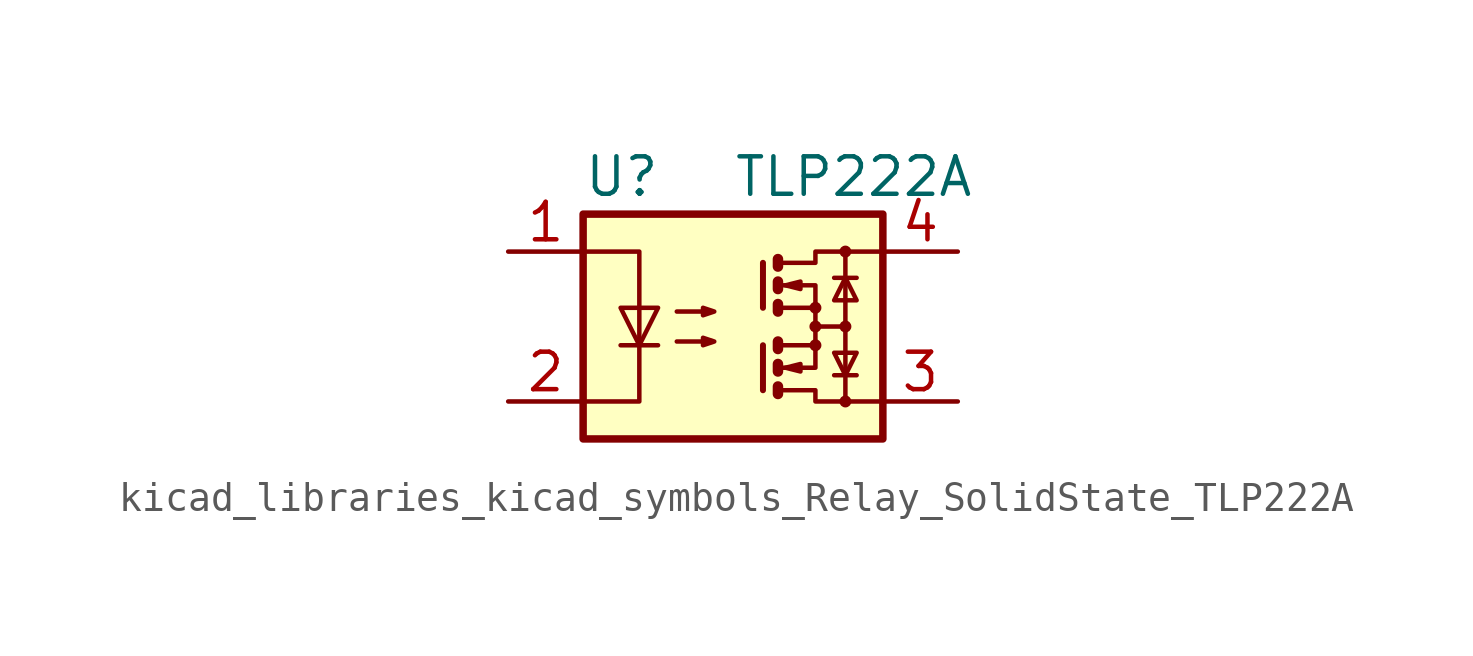
<source format=kicad_sym>
(kicad_symbol_lib
  (version 20220914)
  (generator kicad_symbol_editor)
  (symbol "kicad_libraries_kicad_symbols_Relay_SolidState_TLP222A"
    (property "Reference" "U"
      (at -5.08 5.08 0)
      (effects (font (size 1.27 1.27)) (justify left)))
    (property "Value" "TLP222A"
      (at 0 5.08 0)
      (effects (font (size 1.27 1.27)) (justify left)))
    (symbol "kicad_libraries_kicad_symbols_Relay_SolidState_TLP222A_0_1"
      (rectangle (start -5.08 3.81) (end 5.08 -3.81) (stroke (width 0.254) (type default)) (fill (type background)))
      (polyline (pts (xy -3.81 -0.635) (xy -2.54 -0.635)) (stroke (width 0) (type default)) (fill (type none)))
      (polyline (pts (xy 1.016 -0.635) (xy 1.016 -2.159)) (stroke (width 0.203) (type default)) (fill (type none)))
      (polyline (pts (xy 1.016 2.159) (xy 1.016 0.635)) (stroke (width 0.203) (type default)) (fill (type none)))
      (polyline (pts (xy 1.524 -0.508) (xy 1.524 -0.762)) (stroke (width 0.356) (type default)) (fill (type none)))
      (polyline (pts (xy 2.794 0) (xy 3.81 0)) (stroke (width 0) (type default)) (fill (type none)))
      (polyline (pts (xy 3.429 -1.651) (xy 4.191 -1.651)) (stroke (width 0) (type default)) (fill (type none)))
      (polyline (pts (xy 3.429 1.651) (xy 4.191 1.651)) (stroke (width 0) (type default)) (fill (type none)))
      (polyline (pts (xy 3.81 -2.54) (xy 3.81 2.54)) (stroke (width 0) (type default)) (fill (type none)))
      (polyline (pts (xy 1.524 -2.032) (xy 1.524 -2.286) (xy 1.524 -2.286)) (stroke (width 0.356) (type default)) (fill (type none)))
      (polyline (pts (xy 1.524 -1.27) (xy 1.524 -1.524) (xy 1.524 -1.524)) (stroke (width 0.356) (type default)) (fill (type none)))
      (polyline (pts (xy 1.524 0.762) (xy 1.524 0.508) (xy 1.524 0.508)) (stroke (width 0.356) (type default)) (fill (type none)))
      (polyline (pts (xy 1.524 1.524) (xy 1.524 1.27) (xy 1.524 1.27)) (stroke (width 0.356) (type default)) (fill (type none)))
      (polyline (pts (xy 1.524 2.286) (xy 1.524 2.032) (xy 1.524 2.032)) (stroke (width 0.356) (type default)) (fill (type none)))
      (polyline (pts (xy 1.651 -1.397) (xy 2.794 -1.397) (xy 2.794 -0.635)) (stroke (width 0) (type default)) (fill (type none)))
      (polyline (pts (xy 1.651 1.397) (xy 2.794 1.397) (xy 2.794 0.635)) (stroke (width 0) (type default)) (fill (type none)))
      (polyline (pts (xy -5.08 2.54) (xy -3.175 2.54) (xy -3.175 -2.54) (xy -5.08 -2.54)) (stroke (width 0) (type default)) (fill (type none)))
      (polyline (pts (xy -3.175 -0.635) (xy -3.81 0.635) (xy -2.54 0.635) (xy -3.175 -0.635)) (stroke (width 0) (type default)) (fill (type none)))
      (polyline (pts (xy 1.651 -2.159) (xy 2.794 -2.159) (xy 2.794 -2.54) (xy 5.08 -2.54)) (stroke (width 0) (type default)) (fill (type none)))
      (polyline (pts (xy 1.651 -0.635) (xy 2.794 -0.635) (xy 2.794 0.635) (xy 1.651 0.635)) (stroke (width 0) (type default)) (fill (type none)))
      (polyline (pts (xy 1.651 2.159) (xy 2.794 2.159) (xy 2.794 2.54) (xy 5.08 2.54)) (stroke (width 0) (type default)) (fill (type none)))
      (polyline (pts (xy 1.778 -1.397) (xy 2.286 -1.27) (xy 2.286 -1.524) (xy 1.778 -1.397)) (stroke (width 0) (type default)) (fill (type none)))
      (polyline (pts (xy 1.778 1.397) (xy 2.286 1.524) (xy 2.286 1.27) (xy 1.778 1.397)) (stroke (width 0) (type default)) (fill (type none)))
      (polyline (pts (xy 3.81 -1.651) (xy 3.429 -0.889) (xy 4.191 -0.889) (xy 3.81 -1.651)) (stroke (width 0) (type default)) (fill (type none)))
      (polyline (pts (xy 3.81 1.651) (xy 3.429 0.889) (xy 4.191 0.889) (xy 3.81 1.651)) (stroke (width 0) (type default)) (fill (type none)))
      (polyline (pts (xy -1.905 -0.508) (xy -0.635 -0.508) (xy -1.016 -0.635) (xy -1.016 -0.381) (xy -0.635 -0.508)) (stroke (width 0) (type default)) (fill (type none)))
      (polyline (pts (xy -1.905 0.508) (xy -0.635 0.508) (xy -1.016 0.381) (xy -1.016 0.635) (xy -0.635 0.508)) (stroke (width 0) (type default)) (fill (type none)))
      (circle (center 2.794 -0.635) (radius 0.127) (stroke (width 0) (type default)) (fill (type none)))
      (circle (center 2.794 0) (radius 0.127) (stroke (width 0) (type default)) (fill (type none)))
      (circle (center 2.794 0.635) (radius 0.127) (stroke (width 0) (type default)) (fill (type none)))
      (circle (center 3.81 -2.54) (radius 0.127) (stroke (width 0) (type default)) (fill (type none)))
      (circle (center 3.81 0) (radius 0.127) (stroke (width 0) (type default)) (fill (type none)))
      (circle (center 3.81 2.54) (radius 0.127) (stroke (width 0) (type default)) (fill (type none))))
    (symbol "kicad_libraries_kicad_symbols_Relay_SolidState_TLP222A_1_1"
      (pin passive line (at -7.62 2.54 0) (length 2.54) (name "~" (effects (font (size 1.27 1.27)))) (number "1" (effects (font (size 1.27 1.27)))))
      (pin passive line (at -7.62 -2.54 0) (length 2.54) (name "~" (effects (font (size 1.27 1.27)))) (number "2" (effects (font (size 1.27 1.27)))))
      (pin passive line (at 7.62 -2.54 180) (length 2.54) (name "~" (effects (font (size 1.27 1.27)))) (number "3" (effects (font (size 1.27 1.27)))))
      (pin passive line (at 7.62 2.54 180) (length 2.54) (name "~" (effects (font (size 1.27 1.27)))) (number "4" (effects (font (size 1.27 1.27))))))))
</source>
